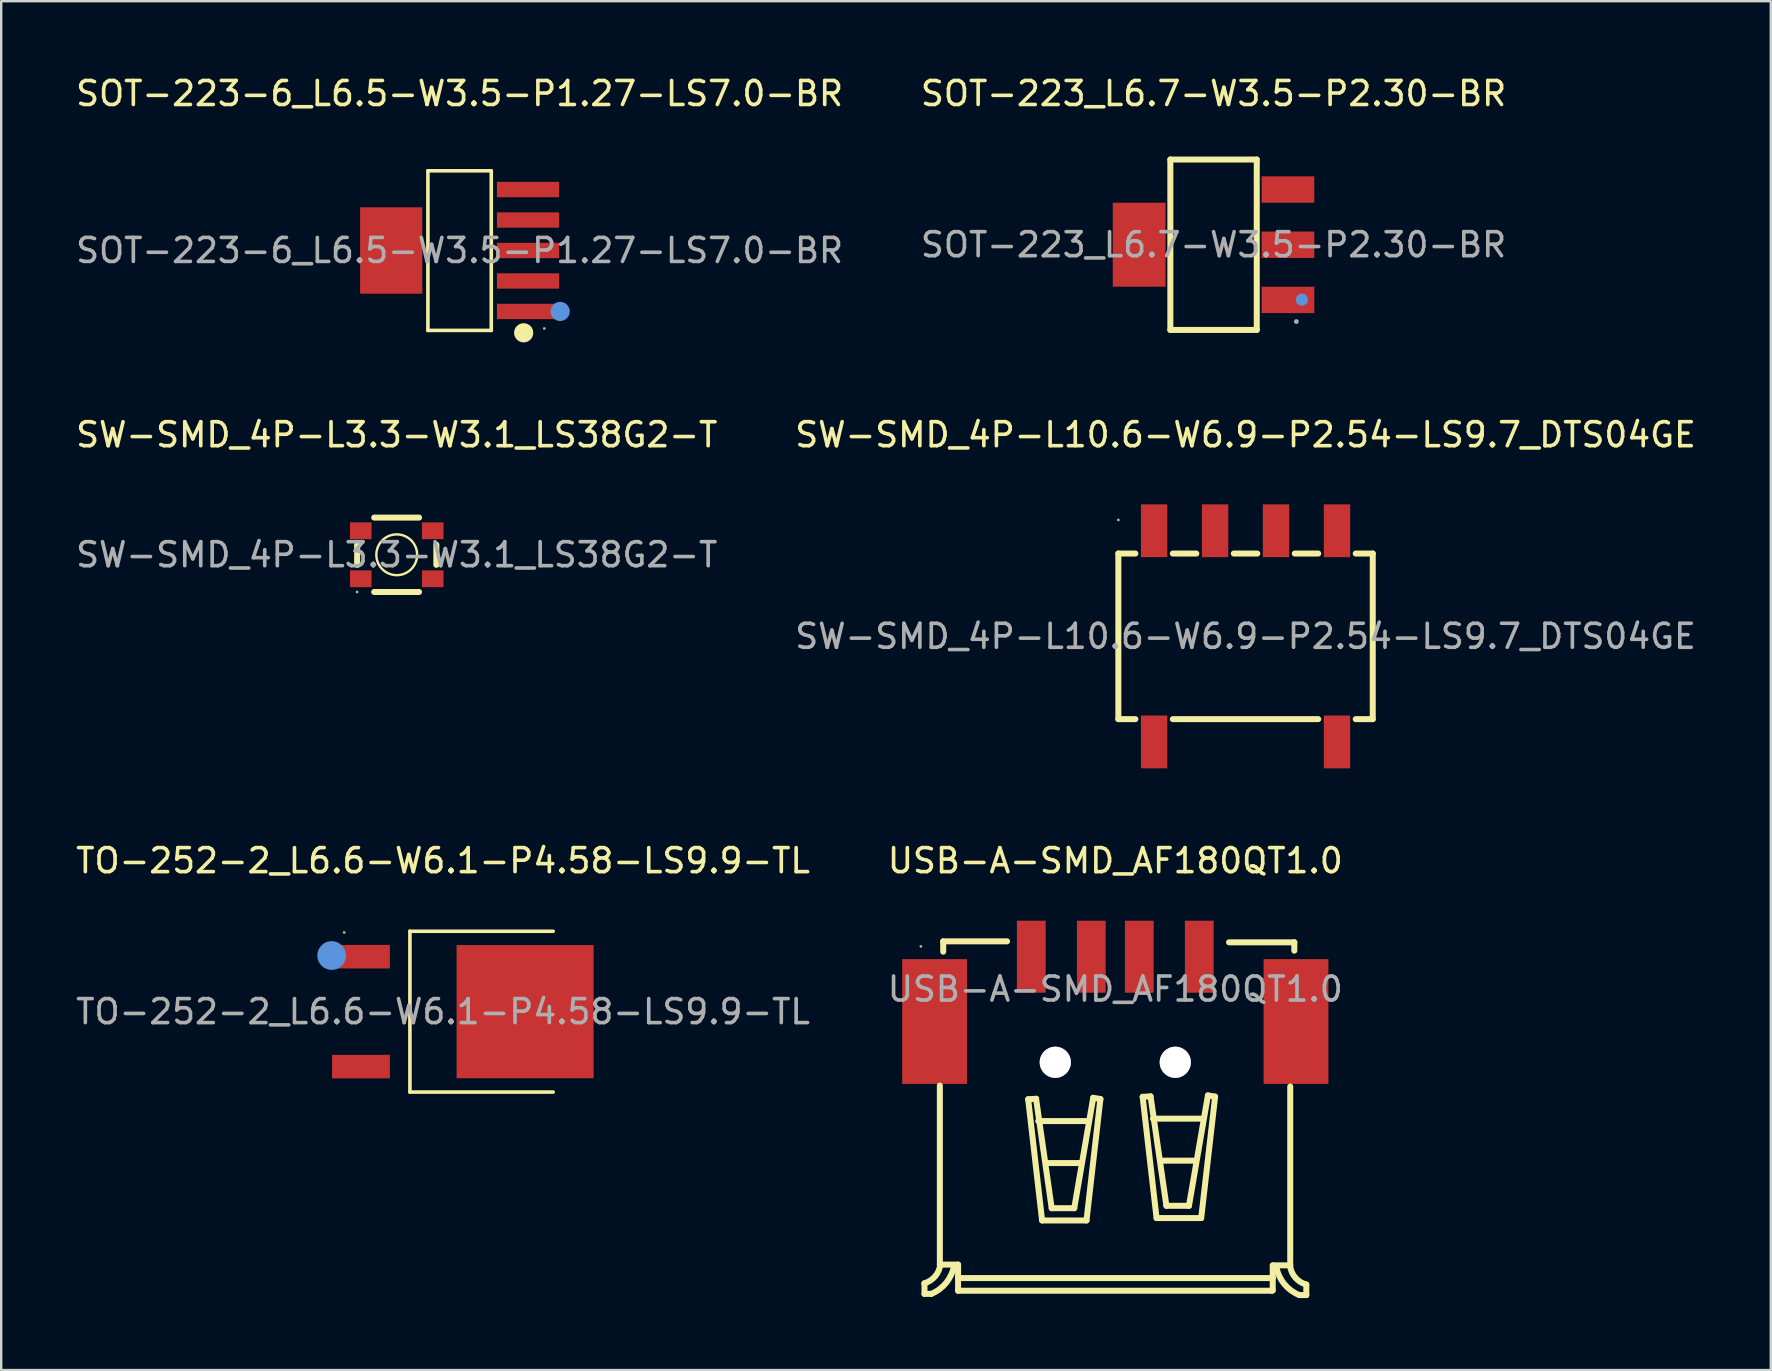
<source format=kicad_pcb>
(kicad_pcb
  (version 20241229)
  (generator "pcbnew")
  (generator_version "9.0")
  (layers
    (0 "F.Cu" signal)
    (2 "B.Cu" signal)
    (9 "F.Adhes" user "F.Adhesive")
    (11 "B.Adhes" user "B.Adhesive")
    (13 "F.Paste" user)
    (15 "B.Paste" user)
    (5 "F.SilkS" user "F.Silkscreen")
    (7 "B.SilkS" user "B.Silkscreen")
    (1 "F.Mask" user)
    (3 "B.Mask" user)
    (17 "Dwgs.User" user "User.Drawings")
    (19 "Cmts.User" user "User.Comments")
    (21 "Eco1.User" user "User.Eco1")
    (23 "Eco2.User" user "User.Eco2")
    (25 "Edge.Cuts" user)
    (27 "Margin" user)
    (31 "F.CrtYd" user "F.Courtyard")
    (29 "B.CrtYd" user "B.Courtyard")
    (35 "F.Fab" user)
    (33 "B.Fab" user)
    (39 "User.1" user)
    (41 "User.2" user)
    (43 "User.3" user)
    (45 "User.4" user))
  (footprint "SOT-223-6_L6.5-W3.5-P1.27-LS7.0-BR"
    (layer "F.Cu")
    (at 16.101 7.388)
    (property "Reference" "SOT-223-6_L6.5-W3.5-P1.27-LS7.0-BR" (at 0 -6.54 0) (layer "F.SilkS") (effects (font (size 1 1) (thickness 0.15))))
    (attr smd)
    (fp_line (start -1.32 -3.32) (end 1.32 -3.32) (stroke (width 0.15) (type solid)) (layer "F.SilkS"))
    (fp_line (start -1.32 3.33) (end -1.32 -3.32) (stroke (width 0.15) (type solid)) (layer "F.SilkS"))
    (fp_line (start 1.32 -3.32) (end 1.32 3.33) (stroke (width 0.15) (type solid)) (layer "F.SilkS"))
    (fp_line (start 1.32 3.33) (end -1.32 3.33) (stroke (width 0.15) (type solid)) (layer "F.SilkS"))
    (fp_circle (center 2.67 3.43) (end 2.87 3.43) (stroke (width 0.4) (type solid)) (fill no) (layer "F.SilkS"))
    (fp_circle (center 4.19 2.54) (end 4.39 2.54) (stroke (width 0.4) (type solid)) (fill no) (layer "Cmts.User"))
    (fp_circle (center 3.53 3.25) (end 3.56 3.25) (stroke (width 0.06) (type solid)) (fill no) (layer "F.Fab"))
    (fp_text user "${REFERENCE}" (at 0 0 0) (layer "F.Fab") (effects (font (size 1 1) (thickness 0.15))))
    (pad "1" smd rect (at 2.85 2.54) (size 2.59 0.64) (layers "F.Cu" "F.Mask" "F.Paste"))
    (pad "2" smd rect (at 2.85 1.27) (size 2.59 0.64) (layers "F.Cu" "F.Mask" "F.Paste"))
    (pad "3" smd rect (at 2.85 0) (size 2.59 0.64) (layers "F.Cu" "F.Mask" "F.Paste"))
    (pad "4" smd rect (at 2.85 -1.27) (size 2.59 0.64) (layers "F.Cu" "F.Mask" "F.Paste"))
    (pad "5" smd rect (at 2.85 -2.54) (size 2.59 0.64) (layers "F.Cu" "F.Mask" "F.Paste"))
    (pad "6" smd rect (at -2.85 0) (size 2.59 3.6) (layers "F.Cu" "F.Mask" "F.Paste")))
  (footprint "SW-SMD_4P-L10.6-W6.9-P2.54-LS9.7_DTS04GE"
    (layer "F.Cu")
    (at 48.851 23.466)
    (property "Reference" "SW-SMD_4P-L10.6-W6.9-P2.54-LS9.7_DTS04GE" (at 0 -8.4 0) (layer "F.SilkS") (effects (font (size 1 1) (thickness 0.15))))
    (attr through_hole)
    (fp_line (start -5.3 -3.45) (end -5.3 3.45) (stroke (width 0.25) (type solid)) (layer "F.SilkS"))
    (fp_line (start -5.3 3.45) (end -4.59 3.45) (stroke (width 0.25) (type solid)) (layer "F.SilkS"))
    (fp_line (start -4.59 -3.45) (end -5.3 -3.45) (stroke (width 0.25) (type solid)) (layer "F.SilkS"))
    (fp_line (start -3.03 3.45) (end 3.03 3.45) (stroke (width 0.25) (type solid)) (layer "F.SilkS"))
    (fp_line (start -2.05 -3.45) (end -3.03 -3.45) (stroke (width 0.25) (type solid)) (layer "F.SilkS"))
    (fp_line (start 0.49 -3.45) (end -0.49 -3.45) (stroke (width 0.25) (type solid)) (layer "F.SilkS"))
    (fp_line (start 3.03 -3.45) (end 2.05 -3.45) (stroke (width 0.25) (type solid)) (layer "F.SilkS"))
    (fp_line (start 4.59 3.45) (end 5.3 3.45) (stroke (width 0.25) (type solid)) (layer "F.SilkS"))
    (fp_line (start 5.3 -3.45) (end 4.59 -3.45) (stroke (width 0.25) (type solid)) (layer "F.SilkS"))
    (fp_line (start 5.3 3.45) (end 5.3 -3.45) (stroke (width 0.25) (type solid)) (layer "F.SilkS"))
    (fp_circle (center -5.3 -4.85) (end -5.27 -4.85) (stroke (width 0.06) (type solid)) (fill no) (layer "F.Fab"))
    (fp_text user "${REFERENCE}" (at 0 0 0) (layer "F.Fab") (effects (font (size 1 1) (thickness 0.15))))
    (pad "1" smd rect (at -3.81 -4.4) (size 1.1 2.2) (layers "F.Cu" "F.Mask" "F.Paste"))
    (pad "2" smd rect (at -1.27 -4.4) (size 1.1 2.2) (layers "F.Cu" "F.Mask" "F.Paste"))
    (pad "3" smd rect (at 1.27 -4.4) (size 1.1 2.2) (layers "F.Cu" "F.Mask" "F.Paste"))
    (pad "4" smd rect (at 3.81 -4.4) (size 1.1 2.2) (layers "F.Cu" "F.Mask" "F.Paste"))
    (pad "5" smd rect (at -3.81 4.4) (size 1.1 2.2) (layers "F.Cu" "F.Mask" "F.Paste"))
    (pad "6" smd rect (at 3.81 4.4) (size 1.1 2.2) (layers "F.Cu" "F.Mask" "F.Paste")))
  (footprint "USB-A-SMD_AF180QT1.0"
    (layer "F.Cu")
    (at 43.423 38.165)
    (property "Reference" "USB-A-SMD_AF180QT1.0" (at 0 -5.35 0) (layer "F.SilkS") (effects (font (size 1 1) (thickness 0.15))))
    (attr smd)
    (fp_line (start -7.95 12.26) (end -7.95 12.7) (stroke (width 0.25) (type solid)) (layer "F.SilkS"))
    (fp_line (start -7.95 12.7) (end -7.67 12.7) (stroke (width 0.25) (type solid)) (layer "F.SilkS"))
    (fp_line (start -7.31 4.02) (end -7.31 11.48) (stroke (width 0.25) (type solid)) (layer "F.SilkS"))
    (fp_line (start -7.31 11.48) (end -6.55 11.48) (stroke (width 0.25) (type solid)) (layer "F.SilkS"))
    (fp_line (start -7.17 -1.99) (end -4.51 -1.99) (stroke (width 0.25) (type solid)) (layer "F.SilkS"))
    (fp_line (start -7.17 -1.56) (end -7.17 -1.99) (stroke (width 0.25) (type solid)) (layer "F.SilkS"))
    (fp_line (start -6.55 11.48) (end -6.55 12.04) (stroke (width 0.25) (type solid)) (layer "F.SilkS"))
    (fp_line (start -6.55 12.04) (end -6.55 12.57) (stroke (width 0.25) (type solid)) (layer "F.SilkS"))
    (fp_line (start -6.55 12.04) (end 6.56 12.04) (stroke (width 0.25) (type solid)) (layer "F.SilkS"))
    (fp_line (start -6.55 12.57) (end 6.53 12.57) (stroke (width 0.25) (type solid)) (layer "F.SilkS"))
    (fp_line (start -3.63 4.59) (end -3.3 4.57) (stroke (width 0.25) (type solid)) (layer "F.SilkS"))
    (fp_line (start -3.3 4.57) (end -2.65 9.13) (stroke (width 0.25) (type solid)) (layer "F.SilkS"))
    (fp_line (start -3.21 5.5) (end -1.12 5.5) (stroke (width 0.25) (type solid)) (layer "F.SilkS"))
    (fp_line (start -3.05 9.64) (end -3.63 4.59) (stroke (width 0.25) (type solid)) (layer "F.SilkS"))
    (fp_line (start -2.88 7.25) (end -1.43 7.25) (stroke (width 0.25) (type solid)) (layer "F.SilkS"))
    (fp_line (start -2.65 9.13) (end -1.71 9.13) (stroke (width 0.25) (type solid)) (layer "F.SilkS"))
    (fp_line (start -1.71 9.13) (end -0.92 4.53) (stroke (width 0.25) (type solid)) (layer "F.SilkS"))
    (fp_line (start -1.2 9.64) (end -3.05 9.64) (stroke (width 0.25) (type solid)) (layer "F.SilkS"))
    (fp_line (start -0.92 4.53) (end -0.62 4.58) (stroke (width 0.25) (type solid)) (layer "F.SilkS"))
    (fp_line (start -0.62 4.58) (end -1.2 9.64) (stroke (width 0.25) (type solid)) (layer "F.SilkS"))
    (fp_line (start 1.14 4.49) (end 1.47 4.47) (stroke (width 0.25) (type solid)) (layer "F.SilkS"))
    (fp_line (start 1.47 4.47) (end 2.13 9.03) (stroke (width 0.25) (type solid)) (layer "F.SilkS"))
    (fp_line (start 1.57 5.4) (end 3.65 5.4) (stroke (width 0.25) (type solid)) (layer "F.SilkS"))
    (fp_line (start 1.72 9.54) (end 1.14 4.49) (stroke (width 0.25) (type solid)) (layer "F.SilkS"))
    (fp_line (start 1.9 7.15) (end 3.35 7.15) (stroke (width 0.25) (type solid)) (layer "F.SilkS"))
    (fp_line (start 2.13 9.03) (end 3.07 9.03) (stroke (width 0.25) (type solid)) (layer "F.SilkS"))
    (fp_line (start 3.07 9.03) (end 3.86 4.43) (stroke (width 0.25) (type solid)) (layer "F.SilkS"))
    (fp_line (start 3.58 9.54) (end 1.72 9.54) (stroke (width 0.25) (type solid)) (layer "F.SilkS"))
    (fp_line (start 3.86 4.43) (end 4.16 4.48) (stroke (width 0.25) (type solid)) (layer "F.SilkS"))
    (fp_line (start 4.16 4.48) (end 3.58 9.54) (stroke (width 0.25) (type solid)) (layer "F.SilkS"))
    (fp_line (start 4.74 -1.95) (end 7.46 -1.95) (stroke (width 0.25) (type solid)) (layer "F.SilkS"))
    (fp_line (start 6.53 12.57) (end 6.56 12.55) (stroke (width 0.25) (type solid)) (layer "F.SilkS"))
    (fp_line (start 6.56 12.04) (end 6.56 11.51) (stroke (width 0.25) (type solid)) (layer "F.SilkS"))
    (fp_line (start 6.56 12.55) (end 6.56 12.04) (stroke (width 0.25) (type solid)) (layer "F.SilkS"))
    (fp_line (start 6.58 11.51) (end 7.29 11.51) (stroke (width 0.25) (type solid)) (layer "F.SilkS"))
    (fp_line (start 7.29 11.51) (end 7.29 4.06) (stroke (width 0.25) (type solid)) (layer "F.SilkS"))
    (fp_line (start 7.46 -1.95) (end 7.46 -1.6) (stroke (width 0.25) (type solid)) (layer "F.SilkS"))
    (fp_line (start 7.67 12.75) (end 7.96 12.75) (stroke (width 0.25) (type solid)) (layer "F.SilkS"))
    (fp_line (start 7.96 12.75) (end 7.96 12.31) (stroke (width 0.25) (type solid)) (layer "F.SilkS"))
    (fp_arc (start -7.29 11.46) (mid -7.50081 11.962917) (end -7.958419 12.259498) (stroke (width 0.25) (type solid)) (layer "F.SilkS"))
    (fp_arc (start -6.72 11.53) (mid -7.046845 12.239067) (end -7.675544 12.702037) (stroke (width 0.25) (type solid)) (layer "F.SilkS"))
    (fp_arc (start 7.67 12.75) (mid 7.04173 12.289436) (end 6.714099 11.582683) (stroke (width 0.25) (type solid)) (layer "F.SilkS"))
    (fp_arc (start 7.96 12.31) (mid 7.497587 12.016922) (end 7.282941 11.513288) (stroke (width 0.25) (type solid)) (layer "F.SilkS"))
    (fp_circle (center -2.5 3.05) (end -2.25 3.05) (stroke (width 0.5) (type solid)) (fill no) (layer "Cmts.User"))
    (fp_circle (center 2.5 3.05) (end 2.75 3.05) (stroke (width 0.5) (type solid)) (fill no) (layer "Cmts.User"))
    (fp_circle (center -8.1 -1.78) (end -8.07 -1.78) (stroke (width 0.06) (type solid)) (fill no) (layer "F.Fab"))
    (fp_text user "${REFERENCE}" (at 0 0 0) (layer "F.Fab") (effects (font (size 1 1) (thickness 0.15))))
    (pad "" thru_hole circle (at -2.5 3.05) (size 1.3 1.3) (drill 1.3) (layers "*.Cu" "*.Mask"))
    (pad "" thru_hole circle (at 2.5 3.05) (size 1.3 1.3) (drill 1.3) (layers "*.Cu" "*.Mask"))
    (pad "1" smd rect (at -3.5 -1.35) (size 1.2 3) (layers "F.Cu" "F.Mask" "F.Paste"))
    (pad "2" smd rect (at -1 -1.35) (size 1.2 3) (layers "F.Cu" "F.Mask" "F.Paste"))
    (pad "3" smd rect (at 1 -1.35) (size 1.2 3) (layers "F.Cu" "F.Mask" "F.Paste"))
    (pad "4" smd rect (at 3.5 -1.35) (size 1.2 3) (layers "F.Cu" "F.Mask" "F.Paste"))
    (pad "5" smd rect (at 7.53 1.35) (size 2.7 5.2) (layers "F.Cu" "F.Mask" "F.Paste"))
    (pad "6" smd rect (at -7.53 1.35) (size 2.7 5.2) (layers "F.Cu" "F.Mask" "F.Paste")))
  (footprint "TO-252-2_L6.6-W6.1-P4.58-LS9.9-TL"
    (layer "F.Cu")
    (at 15.411 39.105)
    (property "Reference" "TO-252-2_L6.6-W6.1-P4.58-LS9.9-TL" (at 0 -6.29 0) (layer "F.SilkS") (effects (font (size 1 1) (thickness 0.15))))
    (attr smd)
    (fp_line (start -1.38 -3.35) (end -1.38 3.35) (stroke (width 0.15) (type solid)) (layer "F.SilkS"))
    (fp_line (start 4.59 -3.35) (end -1.38 -3.35) (stroke (width 0.15) (type solid)) (layer "F.SilkS"))
    (fp_line (start 4.59 3.35) (end -1.38 3.35) (stroke (width 0.15) (type solid)) (layer "F.SilkS"))
    (fp_circle (center -4.64 -2.34) (end -4.34 -2.34) (stroke (width 0.6) (type solid)) (fill no) (layer "Cmts.User"))
    (fp_circle (center -4.12 -3.3) (end -4.09 -3.3) (stroke (width 0.06) (type solid)) (fill no) (layer "F.Fab"))
    (fp_text user "${REFERENCE}" (at 0 0 0) (layer "F.Fab") (effects (font (size 1 1) (thickness 0.15))))
    (pad "1" smd rect (at -3.42 -2.29 180) (size 2.41 0.98) (layers "F.Cu" "F.Mask" "F.Paste"))
    (pad "2" smd rect (at 3.42 0 180) (size 5.71 5.55) (layers "F.Cu" "F.Mask" "F.Paste"))
    (pad "3" smd rect (at -3.42 2.29 180) (size 2.41 0.98) (layers "F.Cu" "F.Mask" "F.Paste")))
  (footprint "SW-SMD_4P-L3.3-W3.1_LS38G2-T"
    (layer "F.Cu")
    (at 13.482 20.067)
    (property "Reference" "SW-SMD_4P-L3.3-W3.1_LS38G2-T" (at 0 -5 0) (layer "F.SilkS") (effects (font (size 1 1) (thickness 0.15))))
    (attr through_hole)
    (fp_line (start -1.65 0.42) (end -1.65 -0.42) (stroke (width 0.25) (type solid)) (layer "F.SilkS"))
    (fp_line (start -0.94 -1.55) (end 0.93 -1.55) (stroke (width 0.25) (type solid)) (layer "F.SilkS"))
    (fp_line (start 0.93 1.55) (end -0.94 1.55) (stroke (width 0.25) (type solid)) (layer "F.SilkS"))
    (fp_line (start 1.65 -0.42) (end 1.65 0.42) (stroke (width 0.25) (type solid)) (layer "F.SilkS"))
    (fp_circle (center 0 0) (end 0.85 0) (stroke (width 0.1) (type solid)) (fill no) (layer "F.SilkS"))
    (fp_circle (center -1.65 1.55) (end -1.62 1.55) (stroke (width 0.06) (type solid)) (fill no) (layer "F.Fab"))
    (fp_text user "${REFERENCE}" (at 0 0 0) (layer "F.Fab") (effects (font (size 1 1) (thickness 0.15))))
    (pad "S1" smd rect (at -1.5 1) (size 0.9 0.7) (layers "F.Cu" "F.Mask" "F.Paste"))
    (pad "S1" smd rect (at 1.5 1) (size 0.9 0.7) (layers "F.Cu" "F.Mask" "F.Paste"))
    (pad "S2" smd rect (at -1.5 -1) (size 0.9 0.7) (layers "F.Cu" "F.Mask" "F.Paste"))
    (pad "S2" smd rect (at 1.5 -1) (size 0.9 0.7) (layers "F.Cu" "F.Mask" "F.Paste")))
  (footprint "SOT-223_L6.7-W3.5-P2.30-BR"
    (layer "F.Cu")
    (at 47.518 7.148)
    (property "Reference" "SOT-223_L6.7-W3.5-P2.30-BR" (at 0 -6.3 0) (layer "F.SilkS") (effects (font (size 1 1) (thickness 0.15))))
    (attr smd)
    (fp_line (start -1.8 -3.55) (end 1.8 -3.55) (stroke (width 0.25) (type solid)) (layer "F.SilkS"))
    (fp_line (start -1.8 3.55) (end -1.8 -3.55) (stroke (width 0.25) (type solid)) (layer "F.SilkS"))
    (fp_line (start -1.8 3.55) (end 1.8 3.55) (stroke (width 0.25) (type solid)) (layer "F.SilkS"))
    (fp_line (start 1.8 3.55) (end 1.8 -3.55) (stroke (width 0.25) (type solid)) (layer "F.SilkS"))
    (fp_circle (center 3.68 2.29) (end 3.81 2.29) (stroke (width 0.25) (type solid)) (fill no) (layer "Cmts.User"))
    (fp_circle (center 3.45 3.2) (end 3.5 3.2) (stroke (width 0.1) (type solid)) (fill no) (layer "F.Fab"))
    (fp_text user "${REFERENCE}" (at 0 0 0) (layer "F.Fab") (effects (font (size 1 1) (thickness 0.15))))
    (pad "1" smd rect (at 3.1 2.3 90) (size 1.1 2.2) (layers "F.Cu" "F.Mask" "F.Paste"))
    (pad "2" smd rect (at 3.1 0 90) (size 1.1 2.2) (layers "F.Cu" "F.Mask" "F.Paste"))
    (pad "3" smd rect (at 3.1 -2.3 90) (size 1.1 2.2) (layers "F.Cu" "F.Mask" "F.Paste"))
    (pad "4" smd rect (at -3.1 0) (size 2.2 3.5) (layers "F.Cu" "F.Mask" "F.Paste")))
  (gr_rect
    (start -3 -3)
    (end 70.738 54.04)
    (stroke (width 0.1) (type default))
    (fill no)
    (layer "Edge.Cuts")))
</source>
